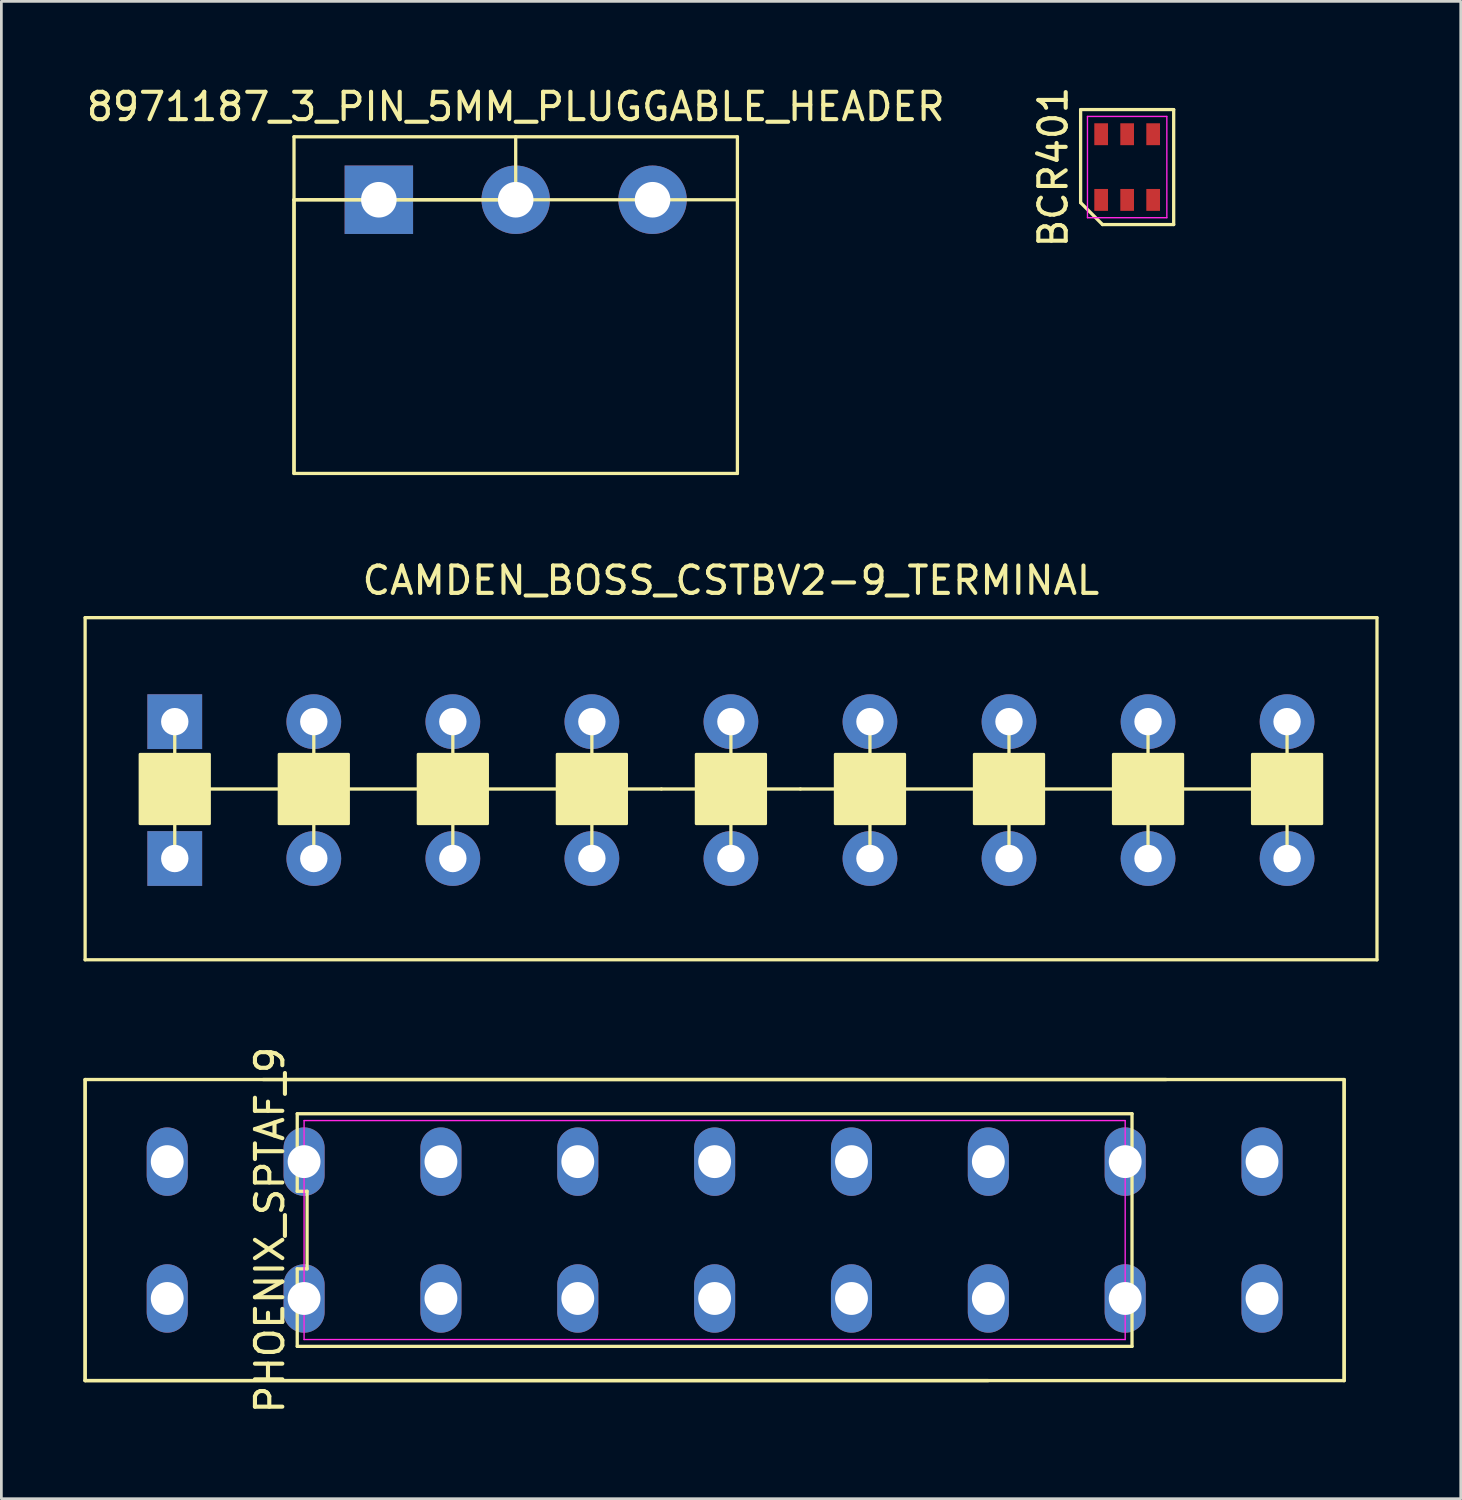
<source format=kicad_pcb>
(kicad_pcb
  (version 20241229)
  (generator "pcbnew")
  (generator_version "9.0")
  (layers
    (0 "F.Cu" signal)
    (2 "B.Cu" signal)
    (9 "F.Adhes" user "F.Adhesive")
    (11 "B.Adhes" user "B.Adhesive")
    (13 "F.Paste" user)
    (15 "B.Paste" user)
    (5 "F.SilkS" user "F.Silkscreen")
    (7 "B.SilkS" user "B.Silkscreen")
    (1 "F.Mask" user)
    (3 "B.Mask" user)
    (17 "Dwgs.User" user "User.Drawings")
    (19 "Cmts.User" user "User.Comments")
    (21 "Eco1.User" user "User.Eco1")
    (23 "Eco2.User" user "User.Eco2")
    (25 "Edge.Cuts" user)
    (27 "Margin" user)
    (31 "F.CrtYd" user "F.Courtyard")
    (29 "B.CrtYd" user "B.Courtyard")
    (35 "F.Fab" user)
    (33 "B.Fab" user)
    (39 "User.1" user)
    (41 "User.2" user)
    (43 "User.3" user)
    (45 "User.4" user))
  (footprint "PHOENIX_SPTAF_9"
    (layer "F.Cu")
    (at 23.06 41.892)
    (property "Reference" "PHOENIX_SPTAF_9" (at -16.25 0 90) (layer "F.SilkS") (effects (font (size 1 1) (thickness 0.15))))
    (attr through_hole)
    (fp_line (start -23 -5.5) (end -23 5.5) (stroke (width 0.12) (type solid)) (layer "F.SilkS"))
    (fp_line (start -23 -5.5) (end 23 -5.5) (stroke (width 0.12) (type solid)) (layer "F.SilkS"))
    (fp_line (start -23 5.5) (end -23 -5.5) (stroke (width 0.12) (type solid)) (layer "F.SilkS"))
    (fp_line (start -23 5.5) (end 10 5.5) (stroke (width 0.12) (type solid)) (layer "F.SilkS"))
    (fp_line (start -15.25 -4.25) (end -15.25 -1.417) (stroke (width 0.12) (type solid)) (layer "F.SilkS"))
    (fp_line (start -15.25 -1.417) (end -14.89 -1.417) (stroke (width 0.12) (type solid)) (layer "F.SilkS"))
    (fp_line (start -15.25 1.417) (end -15.25 4.25) (stroke (width 0.12) (type solid)) (layer "F.SilkS"))
    (fp_line (start -15.25 4.25) (end 15.25 4.25) (stroke (width 0.12) (type solid)) (layer "F.SilkS"))
    (fp_line (start -14.89 -1.417) (end -14.89 1.417) (stroke (width 0.12) (type solid)) (layer "F.SilkS"))
    (fp_line (start -14.89 1.417) (end -15.25 1.417) (stroke (width 0.12) (type solid)) (layer "F.SilkS"))
    (fp_line (start 15.25 -4.25) (end -15.25 -4.25) (stroke (width 0.12) (type solid)) (layer "F.SilkS"))
    (fp_line (start 15.25 4.25) (end 15.25 -4.25) (stroke (width 0.12) (type solid)) (layer "F.SilkS"))
    (fp_line (start 16.5 -5.5) (end -16.5 -5.5) (stroke (width 0.12) (type solid)) (layer "F.SilkS"))
    (fp_line (start 23 -5.5) (end 23 5.5) (stroke (width 0.12) (type solid)) (layer "F.SilkS"))
    (fp_line (start 23 5.5) (end -23 5.5) (stroke (width 0.12) (type solid)) (layer "F.SilkS"))
    (fp_line (start 23 5.5) (end 23 -5.5) (stroke (width 0.12) (type solid)) (layer "F.SilkS"))
    (fp_line (start -15 -4) (end 15 -4) (stroke (width 0.05) (type solid)) (layer "F.CrtYd"))
    (fp_line (start -15 4) (end -15 -4) (stroke (width 0.05) (type solid)) (layer "F.CrtYd"))
    (fp_line (start 15 -4) (end 15 4) (stroke (width 0.05) (type solid)) (layer "F.CrtYd"))
    (fp_line (start 15 4) (end -15 4) (stroke (width 0.05) (type solid)) (layer "F.CrtYd"))
    (pad "1" thru_hole oval (at -20 -2.5) (size 1.5 2.5) (drill 1.2) (layers "*.Cu" "*.Mask"))
    (pad "1" thru_hole oval (at -20 2.5) (size 1.5 2.5) (drill 1.2) (layers "*.Cu" "*.Mask"))
    (pad "2" thru_hole oval (at -15 -2.5) (size 1.5 2.5) (drill 1.2) (layers "*.Cu" "*.Mask"))
    (pad "2" thru_hole oval (at -15 2.5) (size 1.5 2.5) (drill 1.2) (layers "*.Cu" "*.Mask"))
    (pad "3" thru_hole oval (at -10 -2.5) (size 1.5 2.5) (drill 1.2) (layers "*.Cu" "*.Mask"))
    (pad "3" thru_hole oval (at -10 2.5) (size 1.5 2.5) (drill 1.2) (layers "*.Cu" "*.Mask"))
    (pad "4" thru_hole oval (at -5 -2.5) (size 1.5 2.5) (drill 1.2) (layers "*.Cu" "*.Mask"))
    (pad "4" thru_hole oval (at -5 2.5) (size 1.5 2.5) (drill 1.2) (layers "*.Cu" "*.Mask"))
    (pad "5" thru_hole oval (at 0 -2.5) (size 1.5 2.5) (drill 1.2) (layers "*.Cu" "*.Mask"))
    (pad "5" thru_hole oval (at 0 2.5) (size 1.5 2.5) (drill 1.2) (layers "*.Cu" "*.Mask"))
    (pad "6" thru_hole oval (at 5 -2.5) (size 1.5 2.5) (drill 1.2) (layers "*.Cu" "*.Mask"))
    (pad "6" thru_hole oval (at 5 2.5) (size 1.5 2.5) (drill 1.2) (layers "*.Cu" "*.Mask"))
    (pad "7" thru_hole oval (at 10 -2.5) (size 1.5 2.5) (drill 1.2) (layers "*.Cu" "*.Mask"))
    (pad "7" thru_hole oval (at 10 2.5) (size 1.5 2.5) (drill 1.2) (layers "*.Cu" "*.Mask"))
    (pad "8" thru_hole oval (at 15 -2.5) (size 1.5 2.5) (drill 1.2) (layers "*.Cu" "*.Mask"))
    (pad "8" thru_hole oval (at 15 2.5) (size 1.5 2.5) (drill 1.2) (layers "*.Cu" "*.Mask"))
    (pad "9" thru_hole oval (at 20 -2.5) (size 1.5 2.5) (drill 1.2) (layers "*.Cu" "*.Mask"))
    (pad "9" thru_hole oval (at 20 2.5) (size 1.5 2.5) (drill 1.2) (layers "*.Cu" "*.Mask")))
  (footprint "CAMDEN_BOSS_CSTBV2-9_TERMINAL"
    (layer "F.Cu")
    (at 3.335 28.317)
    (property "Reference" "CAMDEN_BOSS_CSTBV2-9_TERMINAL" (at 20.32 -10.16 0) (layer "F.SilkS") (effects (font (size 1 1) (thickness 0.15))))
    (attr through_hole)
    (fp_line (start -3.275 -8.8) (end 43.925 -8.8) (stroke (width 0.12) (type solid)) (layer "F.SilkS"))
    (fp_line (start -3.275 3.7) (end -3.275 -8.8) (stroke (width 0.12) (type solid)) (layer "F.SilkS"))
    (fp_line (start 0 0) (end 0 -5.08) (stroke (width 0.12) (type solid)) (layer "F.SilkS"))
    (fp_line (start 5.08 0) (end 5.08 -5.08) (stroke (width 0.12) (type solid)) (layer "F.SilkS"))
    (fp_line (start 10.16 0) (end 10.16 -5.08) (stroke (width 0.12) (type solid)) (layer "F.SilkS"))
    (fp_line (start 15.24 0) (end 15.24 -5.08) (stroke (width 0.12) (type solid)) (layer "F.SilkS"))
    (fp_line (start 17.78 -2.54) (end 0 -2.54) (stroke (width 0.12) (type solid)) (layer "F.SilkS"))
    (fp_line (start 17.78 -2.54) (end 22.86 -2.54) (stroke (width 0.12) (type solid)) (layer "F.SilkS"))
    (fp_line (start 20.32 0) (end 20.32 -5.08) (stroke (width 0.12) (type solid)) (layer "F.SilkS"))
    (fp_line (start 22.86 -2.54) (end 40.64 -2.54) (stroke (width 0.12) (type solid)) (layer "F.SilkS"))
    (fp_line (start 25.4 0) (end 25.4 -5.08) (stroke (width 0.12) (type solid)) (layer "F.SilkS"))
    (fp_line (start 30.48 0) (end 30.48 -5.08) (stroke (width 0.12) (type solid)) (layer "F.SilkS"))
    (fp_line (start 35.56 0) (end 35.56 -5.08) (stroke (width 0.12) (type solid)) (layer "F.SilkS"))
    (fp_line (start 40.64 0) (end 40.64 -5.08) (stroke (width 0.12) (type solid)) (layer "F.SilkS"))
    (fp_line (start 43.925 -8.8) (end 43.925 3.7) (stroke (width 0.12) (type solid)) (layer "F.SilkS"))
    (fp_line (start 43.925 3.7) (end -3.275 3.7) (stroke (width 0.12) (type solid)) (layer "F.SilkS"))
    (fp_poly (pts (xy 1.27 -1.27) (xy -1.27 -1.27) (xy -1.27 -3.81) (xy 1.27 -3.81)) (stroke (width 0.1) (type solid)) (fill yes) (layer "F.SilkS"))
    (fp_poly (pts (xy 6.35 -1.27) (xy 3.81 -1.27) (xy 3.81 -3.81) (xy 6.35 -3.81)) (stroke (width 0.1) (type solid)) (fill yes) (layer "F.SilkS"))
    (fp_poly (pts (xy 11.43 -1.27) (xy 8.89 -1.27) (xy 8.89 -3.81) (xy 11.43 -3.81)) (stroke (width 0.1) (type solid)) (fill yes) (layer "F.SilkS"))
    (fp_poly (pts (xy 16.51 -1.27) (xy 13.97 -1.27) (xy 13.97 -3.81) (xy 16.51 -3.81)) (stroke (width 0.1) (type solid)) (fill yes) (layer "F.SilkS"))
    (fp_poly (pts (xy 21.59 -1.27) (xy 19.05 -1.27) (xy 19.05 -3.81) (xy 21.59 -3.81)) (stroke (width 0.1) (type solid)) (fill yes) (layer "F.SilkS"))
    (fp_poly (pts (xy 26.67 -1.27) (xy 24.13 -1.27) (xy 24.13 -3.81) (xy 26.67 -3.81)) (stroke (width 0.1) (type solid)) (fill yes) (layer "F.SilkS"))
    (fp_poly (pts (xy 31.75 -1.27) (xy 29.21 -1.27) (xy 29.21 -3.81) (xy 31.75 -3.81)) (stroke (width 0.1) (type solid)) (fill yes) (layer "F.SilkS"))
    (fp_poly (pts (xy 36.83 -1.27) (xy 34.29 -1.27) (xy 34.29 -3.81) (xy 36.83 -3.81)) (stroke (width 0.1) (type solid)) (fill yes) (layer "F.SilkS"))
    (fp_poly (pts (xy 41.91 -1.27) (xy 39.37 -1.27) (xy 39.37 -3.81) (xy 41.91 -3.81)) (stroke (width 0.1) (type solid)) (fill yes) (layer "F.SilkS"))
    (pad "1" thru_hole rect (at 0 -5) (size 2 2) (drill 1) (layers "*.Cu" "*.Mask"))
    (pad "1" thru_hole rect (at 0 0) (size 2 2) (drill 1) (layers "*.Cu" "*.Mask"))
    (pad "2" thru_hole circle (at 5.08 -5) (size 2 2) (drill 1) (layers "*.Cu" "*.Mask"))
    (pad "2" thru_hole circle (at 5.08 0) (size 2 2) (drill 1) (layers "*.Cu" "*.Mask"))
    (pad "3" thru_hole circle (at 10.16 -5) (size 2 2) (drill 1) (layers "*.Cu" "*.Mask"))
    (pad "3" thru_hole circle (at 10.16 0) (size 2 2) (drill 1) (layers "*.Cu" "*.Mask"))
    (pad "4" thru_hole circle (at 15.24 -5) (size 2 2) (drill 1) (layers "*.Cu" "*.Mask"))
    (pad "4" thru_hole circle (at 15.24 0) (size 2 2) (drill 1) (layers "*.Cu" "*.Mask"))
    (pad "5" thru_hole circle (at 20.32 -5) (size 2 2) (drill 1) (layers "*.Cu" "*.Mask"))
    (pad "5" thru_hole circle (at 20.32 0) (size 2 2) (drill 1) (layers "*.Cu" "*.Mask"))
    (pad "6" thru_hole circle (at 25.4 -5) (size 2 2) (drill 1) (layers "*.Cu" "*.Mask"))
    (pad "6" thru_hole circle (at 25.4 0) (size 2 2) (drill 1) (layers "*.Cu" "*.Mask"))
    (pad "7" thru_hole circle (at 30.48 -5) (size 2 2) (drill 1) (layers "*.Cu" "*.Mask"))
    (pad "7" thru_hole circle (at 30.48 0) (size 2 2) (drill 1) (layers "*.Cu" "*.Mask"))
    (pad "8" thru_hole circle (at 35.56 -5) (size 2 2) (drill 1) (layers "*.Cu" "*.Mask"))
    (pad "8" thru_hole circle (at 35.56 0) (size 2 2) (drill 1) (layers "*.Cu" "*.Mask"))
    (pad "9" thru_hole circle (at 40.64 -5) (size 2 2) (drill 1) (layers "*.Cu" "*.Mask"))
    (pad "9" thru_hole circle (at 40.64 0) (size 2 2) (drill 1) (layers "*.Cu" "*.Mask")))
  (footprint "BCR401"
    (layer "F.Cu")
    (at 38.132 3.054)
    (property "Reference" "BCR401" (at -2.7 0 90) (layer "F.SilkS") (effects (font (size 1 1) (thickness 0.15))))
    (attr smd)
    (fp_line (start -1.7 -2.1) (end 1.7 -2.1) (stroke (width 0.12) (type solid)) (layer "F.SilkS"))
    (fp_line (start -1.7 1.3) (end -1.7 -2.1) (stroke (width 0.12) (type solid)) (layer "F.SilkS"))
    (fp_line (start -0.9 2.1) (end -1.7 1.3) (stroke (width 0.12) (type solid)) (layer "F.SilkS"))
    (fp_line (start 1.7 -2.1) (end 1.7 2.1) (stroke (width 0.12) (type solid)) (layer "F.SilkS"))
    (fp_line (start 1.7 2.1) (end -0.9 2.1) (stroke (width 0.12) (type solid)) (layer "F.SilkS"))
    (fp_line (start -1.45 -1.85) (end 1.45 -1.85) (stroke (width 0.05) (type solid)) (layer "F.CrtYd"))
    (fp_line (start -1.45 1.85) (end -1.45 -1.85) (stroke (width 0.05) (type solid)) (layer "F.CrtYd"))
    (fp_line (start 1.45 -1.85) (end 1.45 1.85) (stroke (width 0.05) (type solid)) (layer "F.CrtYd"))
    (fp_line (start 1.45 1.85) (end -1.45 1.85) (stroke (width 0.05) (type solid)) (layer "F.CrtYd"))
    (pad "1" smd rect (at -0.95 1.2) (size 0.5 0.8) (layers "F.Cu" "F.Mask" "F.Paste"))
    (pad "2" smd rect (at 0 1.2) (size 0.5 0.8) (layers "F.Cu" "F.Mask" "F.Paste"))
    (pad "3" smd rect (at 0.95 1.2) (size 0.5 0.8) (layers "F.Cu" "F.Mask" "F.Paste"))
    (pad "4" smd rect (at 0.95 -1.2) (size 0.5 0.8) (layers "F.Cu" "F.Mask" "F.Paste"))
    (pad "5" smd rect (at 0 -1.2) (size 0.5 0.8) (layers "F.Cu" "F.Mask" "F.Paste"))
    (pad "6" smd rect (at -0.95 -1.2) (size 0.5 0.8) (layers "F.Cu" "F.Mask" "F.Paste")))
  (footprint "8971187_3_PIN_5MM_PLUGGABLE_HEADER"
    (layer "F.Cu")
    (at 10.792 4.248)
    (property "Reference" "8971187_3_PIN_5MM_PLUGGABLE_HEADER" (at 5 -3.4 0) (layer "F.SilkS") (effects (font (size 1 1) (thickness 0.15))))
    (attr through_hole)
    (fp_line (start -3.1 -2.3) (end -3.1 10) (stroke (width 0.12) (type solid)) (layer "F.SilkS"))
    (fp_line (start -3.1 0) (end 5 0) (stroke (width 0.12) (type solid)) (layer "F.SilkS"))
    (fp_line (start -3.1 0) (end 13.1 0) (stroke (width 0.12) (type solid)) (layer "F.SilkS"))
    (fp_line (start -3.1 10) (end -3.1 0) (stroke (width 0.12) (type solid)) (layer "F.SilkS"))
    (fp_line (start -3.1 10) (end 13.1 10) (stroke (width 0.12) (type solid)) (layer "F.SilkS"))
    (fp_line (start 5 0) (end 5 -2.3) (stroke (width 0.12) (type solid)) (layer "F.SilkS"))
    (fp_line (start 13.1 -2.3) (end -3.1 -2.3) (stroke (width 0.12) (type solid)) (layer "F.SilkS"))
    (fp_line (start 13.1 10) (end 13.1 -2.3) (stroke (width 0.12) (type solid)) (layer "F.SilkS"))
    (pad "1" thru_hole rect (at 0 0) (size 2.5 2.5) (drill 1.3) (layers "*.Cu" "*.Mask"))
    (pad "2" thru_hole circle (at 5 0) (size 2.5 2.5) (drill 1.3) (layers "*.Cu" "*.Mask"))
    (pad "3" thru_hole circle (at 10 0) (size 2.5 2.5) (drill 1.3) (layers "*.Cu" "*.Mask")))
  (gr_rect
    (start -3 -3)
    (end 50.32 51.707)
    (stroke (width 0.1) (type default))
    (fill no)
    (layer "Edge.Cuts")))
</source>
